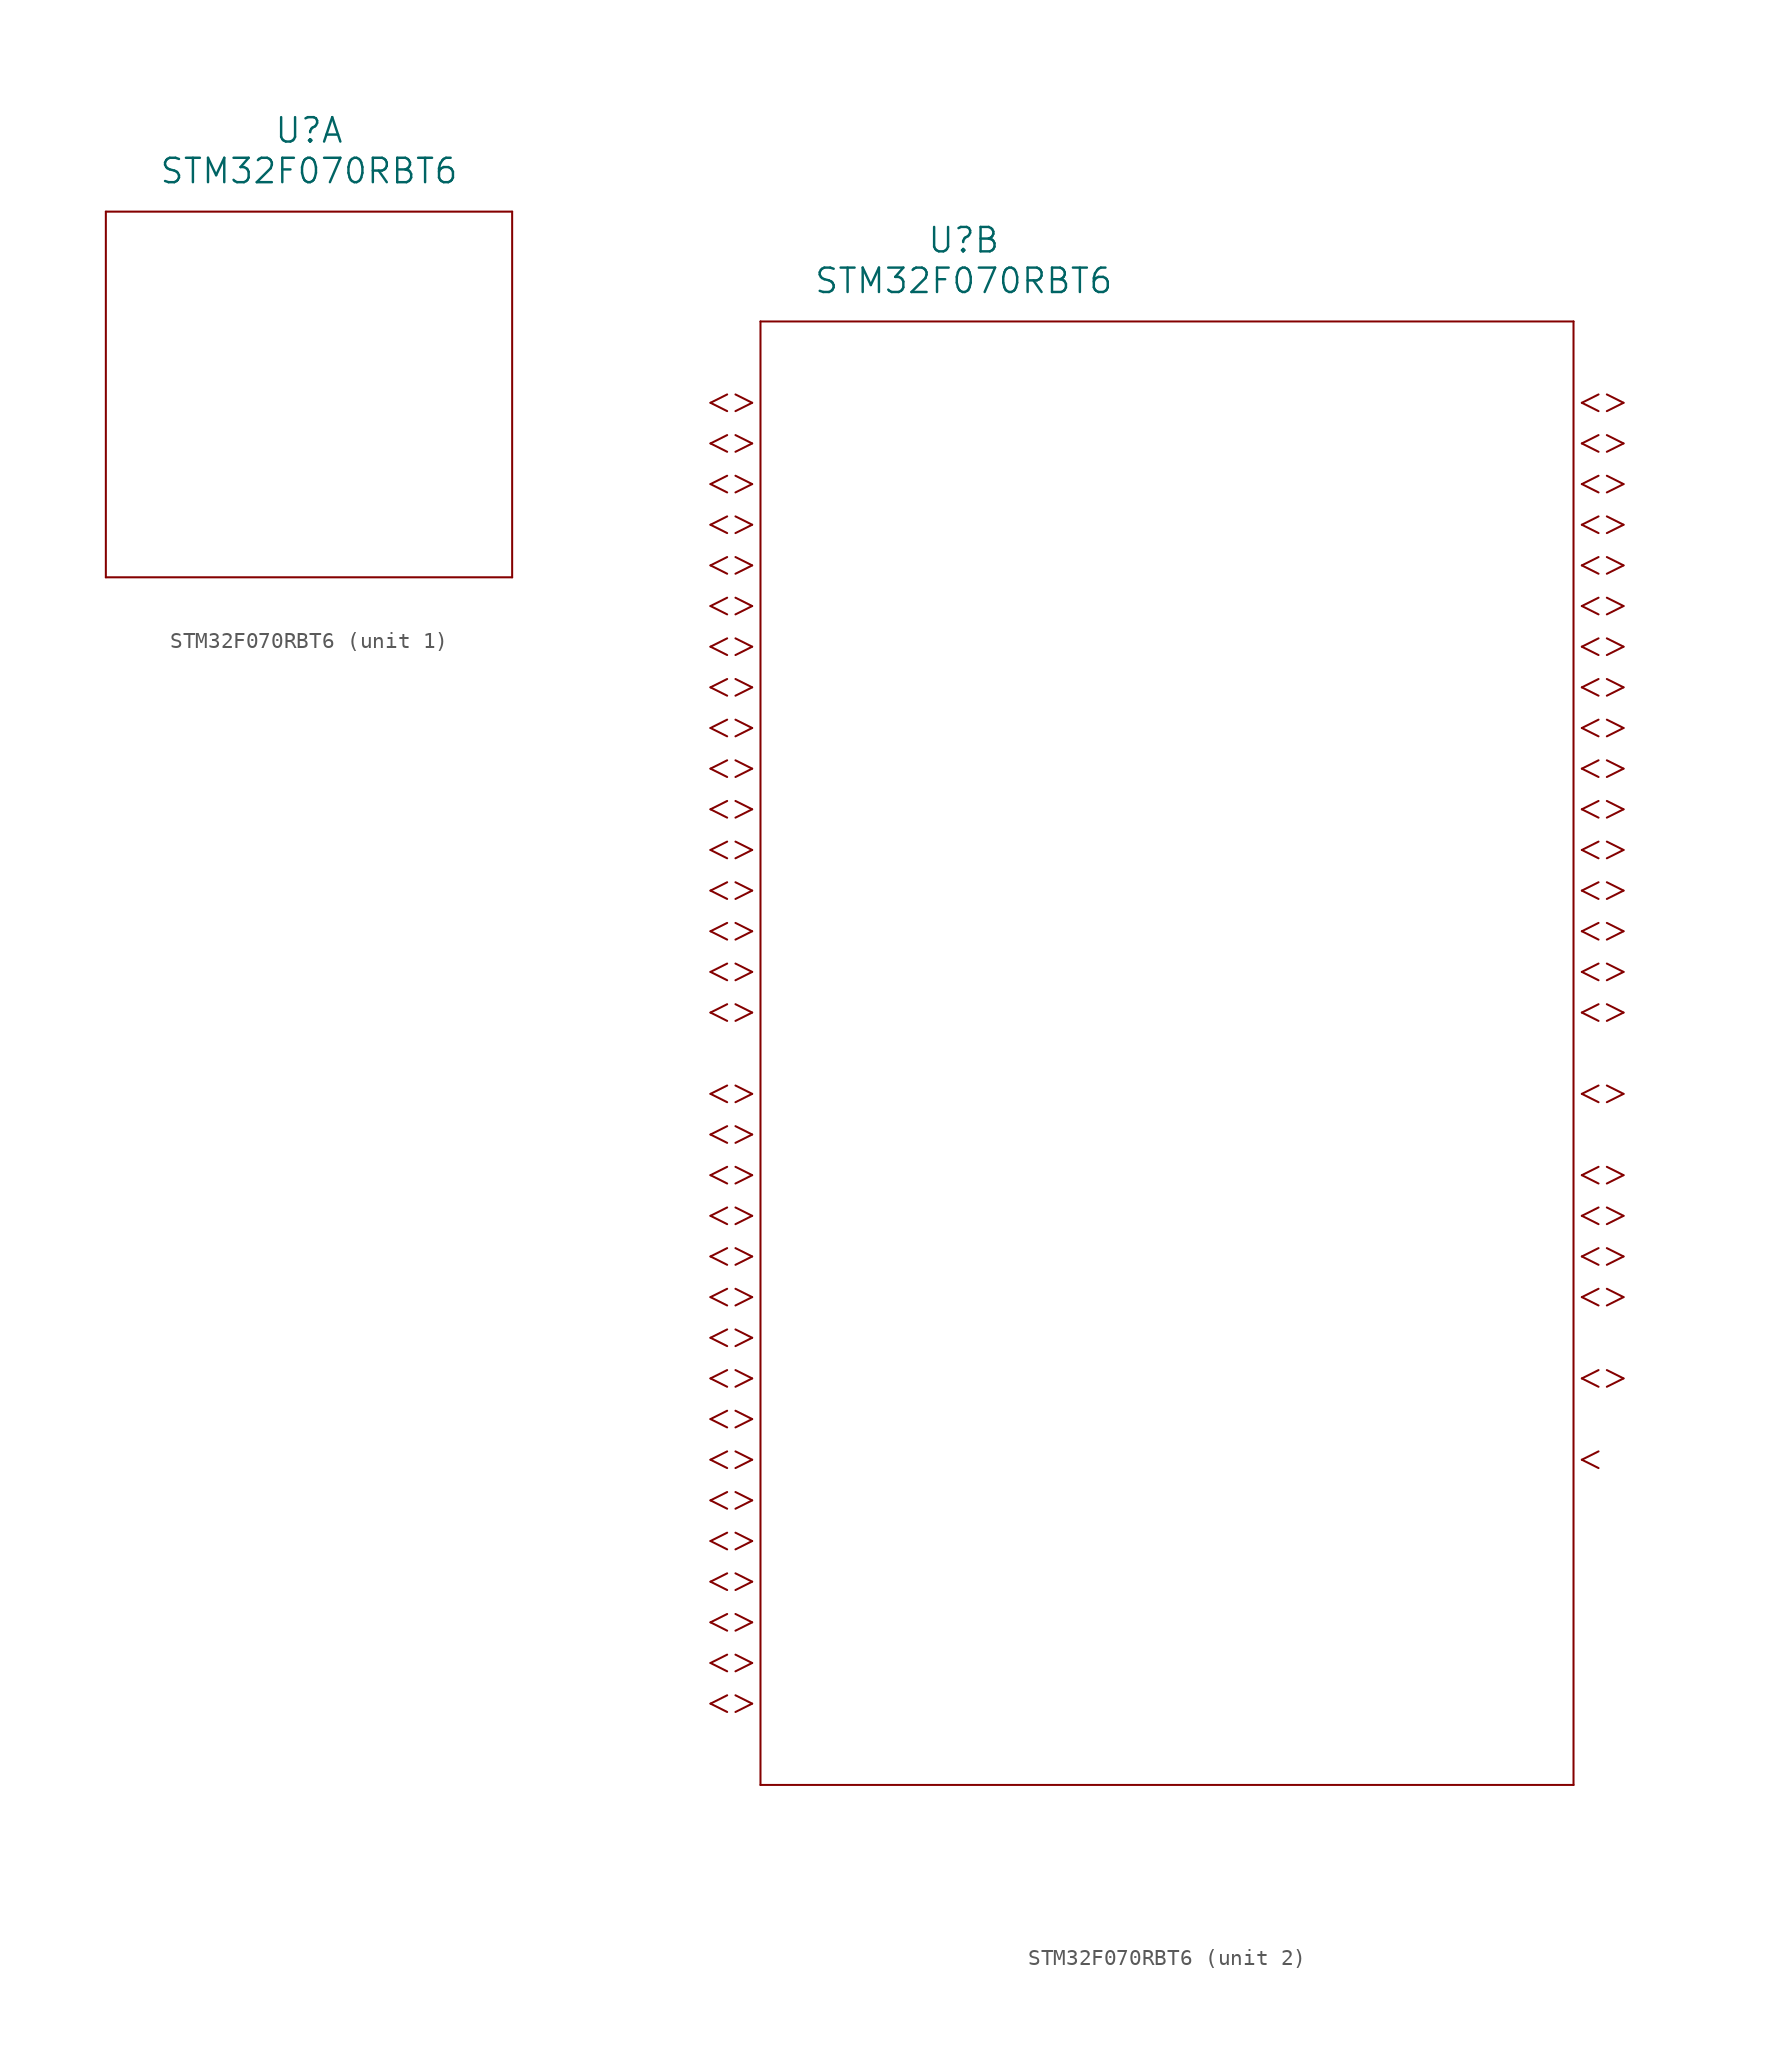
<source format=kicad_sym>
(kicad_symbol_lib
  (version 20211014)
  (generator kicad_symbol_editor)
  (symbol "STM32F070RBT6"
    (pin_names
      (offset 0.254))
    (property "Reference" "U"
      (at 20.32 10.16 0)
      (effects (font (size 1.524 1.524))))
    (property "Value" "STM32F070RBT6"
      (at 20.32 7.62 0)
      (effects (font (size 1.524 1.524))))
    (symbol "STM32F070RBT6_1_1"
      (polyline (pts (xy 7.62 5.08) (xy 7.62 -17.78)) (stroke (width 0.127) (type default) (color 0 0 0 0)) (fill (type none)))
      (polyline (pts (xy 7.62 -17.78) (xy 33.02 -17.78)) (stroke (width 0.127) (type default) (color 0 0 0 0)) (fill (type none)))
      (polyline (pts (xy 33.02 -17.78) (xy 33.02 5.08)) (stroke (width 0.127) (type default) (color 0 0 0 0)) (fill (type none)))
      (polyline (pts (xy 33.02 5.08) (xy 7.62 5.08)) (stroke (width 0.127) (type default) (color 0 0 0 0)) (fill (type none))))
    (symbol "STM32F070RBT6_2_1"
      (polyline (pts (xy 7.099 0) (xy 6.058 0.521)) (stroke (width 0.127) (type default) (color 0 0 0 0)) (fill (type none)))
      (polyline (pts (xy 7.099 0) (xy 6.058 -0.521)) (stroke (width 0.127) (type default) (color 0 0 0 0)) (fill (type none)))
      (polyline (pts (xy 5.537 0.521) (xy 4.496 0)) (stroke (width 0.127) (type default) (color 0 0 0 0)) (fill (type none)))
      (polyline (pts (xy 5.537 -0.521) (xy 4.496 0)) (stroke (width 0.127) (type default) (color 0 0 0 0)) (fill (type none)))
      (polyline (pts (xy 7.099 -2.54) (xy 6.058 -2.019)) (stroke (width 0.127) (type default) (color 0 0 0 0)) (fill (type none)))
      (polyline (pts (xy 7.099 -2.54) (xy 6.058 -3.061)) (stroke (width 0.127) (type default) (color 0 0 0 0)) (fill (type none)))
      (polyline (pts (xy 5.537 -2.019) (xy 4.496 -2.54)) (stroke (width 0.127) (type default) (color 0 0 0 0)) (fill (type none)))
      (polyline (pts (xy 5.537 -3.061) (xy 4.496 -2.54)) (stroke (width 0.127) (type default) (color 0 0 0 0)) (fill (type none)))
      (polyline (pts (xy 7.099 -5.08) (xy 6.058 -4.559)) (stroke (width 0.127) (type default) (color 0 0 0 0)) (fill (type none)))
      (polyline (pts (xy 7.099 -5.08) (xy 6.058 -5.601)) (stroke (width 0.127) (type default) (color 0 0 0 0)) (fill (type none)))
      (polyline (pts (xy 5.537 -4.559) (xy 4.496 -5.08)) (stroke (width 0.127) (type default) (color 0 0 0 0)) (fill (type none)))
      (polyline (pts (xy 5.537 -5.601) (xy 4.496 -5.08)) (stroke (width 0.127) (type default) (color 0 0 0 0)) (fill (type none)))
      (polyline (pts (xy 7.099 -7.62) (xy 6.058 -7.099)) (stroke (width 0.127) (type default) (color 0 0 0 0)) (fill (type none)))
      (polyline (pts (xy 7.099 -7.62) (xy 6.058 -8.141)) (stroke (width 0.127) (type default) (color 0 0 0 0)) (fill (type none)))
      (polyline (pts (xy 5.537 -7.099) (xy 4.496 -7.62)) (stroke (width 0.127) (type default) (color 0 0 0 0)) (fill (type none)))
      (polyline (pts (xy 5.537 -8.141) (xy 4.496 -7.62)) (stroke (width 0.127) (type default) (color 0 0 0 0)) (fill (type none)))
      (polyline (pts (xy 7.099 -10.16) (xy 6.058 -9.639)) (stroke (width 0.127) (type default) (color 0 0 0 0)) (fill (type none)))
      (polyline (pts (xy 7.099 -10.16) (xy 6.058 -10.681)) (stroke (width 0.127) (type default) (color 0 0 0 0)) (fill (type none)))
      (polyline (pts (xy 5.537 -9.639) (xy 4.496 -10.16)) (stroke (width 0.127) (type default) (color 0 0 0 0)) (fill (type none)))
      (polyline (pts (xy 5.537 -10.681) (xy 4.496 -10.16)) (stroke (width 0.127) (type default) (color 0 0 0 0)) (fill (type none)))
      (polyline (pts (xy 7.099 -12.7) (xy 6.058 -12.179)) (stroke (width 0.127) (type default) (color 0 0 0 0)) (fill (type none)))
      (polyline (pts (xy 7.099 -12.7) (xy 6.058 -13.221)) (stroke (width 0.127) (type default) (color 0 0 0 0)) (fill (type none)))
      (polyline (pts (xy 5.537 -12.179) (xy 4.496 -12.7)) (stroke (width 0.127) (type default) (color 0 0 0 0)) (fill (type none)))
      (polyline (pts (xy 5.537 -13.221) (xy 4.496 -12.7)) (stroke (width 0.127) (type default) (color 0 0 0 0)) (fill (type none)))
      (polyline (pts (xy 7.099 -15.24) (xy 6.058 -14.719)) (stroke (width 0.127) (type default) (color 0 0 0 0)) (fill (type none)))
      (polyline (pts (xy 7.099 -15.24) (xy 6.058 -15.761)) (stroke (width 0.127) (type default) (color 0 0 0 0)) (fill (type none)))
      (polyline (pts (xy 5.537 -14.719) (xy 4.496 -15.24)) (stroke (width 0.127) (type default) (color 0 0 0 0)) (fill (type none)))
      (polyline (pts (xy 5.537 -15.761) (xy 4.496 -15.24)) (stroke (width 0.127) (type default) (color 0 0 0 0)) (fill (type none)))
      (polyline (pts (xy 7.099 -17.78) (xy 6.058 -17.259)) (stroke (width 0.127) (type default) (color 0 0 0 0)) (fill (type none)))
      (polyline (pts (xy 7.099 -17.78) (xy 6.058 -18.301)) (stroke (width 0.127) (type default) (color 0 0 0 0)) (fill (type none)))
      (polyline (pts (xy 5.537 -17.259) (xy 4.496 -17.78)) (stroke (width 0.127) (type default) (color 0 0 0 0)) (fill (type none)))
      (polyline (pts (xy 5.537 -18.301) (xy 4.496 -17.78)) (stroke (width 0.127) (type default) (color 0 0 0 0)) (fill (type none)))
      (polyline (pts (xy 7.099 -20.32) (xy 6.058 -19.799)) (stroke (width 0.127) (type default) (color 0 0 0 0)) (fill (type none)))
      (polyline (pts (xy 7.099 -20.32) (xy 6.058 -20.841)) (stroke (width 0.127) (type default) (color 0 0 0 0)) (fill (type none)))
      (polyline (pts (xy 5.537 -19.799) (xy 4.496 -20.32)) (stroke (width 0.127) (type default) (color 0 0 0 0)) (fill (type none)))
      (polyline (pts (xy 5.537 -20.841) (xy 4.496 -20.32)) (stroke (width 0.127) (type default) (color 0 0 0 0)) (fill (type none)))
      (polyline (pts (xy 7.099 -22.86) (xy 6.058 -22.339)) (stroke (width 0.127) (type default) (color 0 0 0 0)) (fill (type none)))
      (polyline (pts (xy 7.099 -22.86) (xy 6.058 -23.381)) (stroke (width 0.127) (type default) (color 0 0 0 0)) (fill (type none)))
      (polyline (pts (xy 5.537 -22.339) (xy 4.496 -22.86)) (stroke (width 0.127) (type default) (color 0 0 0 0)) (fill (type none)))
      (polyline (pts (xy 5.537 -23.381) (xy 4.496 -22.86)) (stroke (width 0.127) (type default) (color 0 0 0 0)) (fill (type none)))
      (polyline (pts (xy 7.099 -25.4) (xy 6.058 -24.879)) (stroke (width 0.127) (type default) (color 0 0 0 0)) (fill (type none)))
      (polyline (pts (xy 7.099 -25.4) (xy 6.058 -25.921)) (stroke (width 0.127) (type default) (color 0 0 0 0)) (fill (type none)))
      (polyline (pts (xy 5.537 -24.879) (xy 4.496 -25.4)) (stroke (width 0.127) (type default) (color 0 0 0 0)) (fill (type none)))
      (polyline (pts (xy 5.537 -25.921) (xy 4.496 -25.4)) (stroke (width 0.127) (type default) (color 0 0 0 0)) (fill (type none)))
      (polyline (pts (xy 7.099 -27.94) (xy 6.058 -27.419)) (stroke (width 0.127) (type default) (color 0 0 0 0)) (fill (type none)))
      (polyline (pts (xy 7.099 -27.94) (xy 6.058 -28.461)) (stroke (width 0.127) (type default) (color 0 0 0 0)) (fill (type none)))
      (polyline (pts (xy 5.537 -27.419) (xy 4.496 -27.94)) (stroke (width 0.127) (type default) (color 0 0 0 0)) (fill (type none)))
      (polyline (pts (xy 5.537 -28.461) (xy 4.496 -27.94)) (stroke (width 0.127) (type default) (color 0 0 0 0)) (fill (type none)))
      (polyline (pts (xy 7.099 -30.48) (xy 6.058 -29.959)) (stroke (width 0.127) (type default) (color 0 0 0 0)) (fill (type none)))
      (polyline (pts (xy 7.099 -30.48) (xy 6.058 -31.001)) (stroke (width 0.127) (type default) (color 0 0 0 0)) (fill (type none)))
      (polyline (pts (xy 5.537 -29.959) (xy 4.496 -30.48)) (stroke (width 0.127) (type default) (color 0 0 0 0)) (fill (type none)))
      (polyline (pts (xy 5.537 -31.001) (xy 4.496 -30.48)) (stroke (width 0.127) (type default) (color 0 0 0 0)) (fill (type none)))
      (polyline (pts (xy 7.099 -33.02) (xy 6.058 -32.499)) (stroke (width 0.127) (type default) (color 0 0 0 0)) (fill (type none)))
      (polyline (pts (xy 7.099 -33.02) (xy 6.058 -33.541)) (stroke (width 0.127) (type default) (color 0 0 0 0)) (fill (type none)))
      (polyline (pts (xy 5.537 -32.499) (xy 4.496 -33.02)) (stroke (width 0.127) (type default) (color 0 0 0 0)) (fill (type none)))
      (polyline (pts (xy 5.537 -33.541) (xy 4.496 -33.02)) (stroke (width 0.127) (type default) (color 0 0 0 0)) (fill (type none)))
      (polyline (pts (xy 7.099 -35.56) (xy 6.058 -35.039)) (stroke (width 0.127) (type default) (color 0 0 0 0)) (fill (type none)))
      (polyline (pts (xy 7.099 -35.56) (xy 6.058 -36.081)) (stroke (width 0.127) (type default) (color 0 0 0 0)) (fill (type none)))
      (polyline (pts (xy 5.537 -35.039) (xy 4.496 -35.56)) (stroke (width 0.127) (type default) (color 0 0 0 0)) (fill (type none)))
      (polyline (pts (xy 5.537 -36.081) (xy 4.496 -35.56)) (stroke (width 0.127) (type default) (color 0 0 0 0)) (fill (type none)))
      (polyline (pts (xy 7.099 -38.1) (xy 6.058 -37.579)) (stroke (width 0.127) (type default) (color 0 0 0 0)) (fill (type none)))
      (polyline (pts (xy 7.099 -38.1) (xy 6.058 -38.621)) (stroke (width 0.127) (type default) (color 0 0 0 0)) (fill (type none)))
      (polyline (pts (xy 5.537 -37.579) (xy 4.496 -38.1)) (stroke (width 0.127) (type default) (color 0 0 0 0)) (fill (type none)))
      (polyline (pts (xy 5.537 -38.621) (xy 4.496 -38.1)) (stroke (width 0.127) (type default) (color 0 0 0 0)) (fill (type none)))
      (polyline (pts (xy 7.099 -43.18) (xy 6.058 -42.659)) (stroke (width 0.127) (type default) (color 0 0 0 0)) (fill (type none)))
      (polyline (pts (xy 7.099 -43.18) (xy 6.058 -43.701)) (stroke (width 0.127) (type default) (color 0 0 0 0)) (fill (type none)))
      (polyline (pts (xy 5.537 -42.659) (xy 4.496 -43.18)) (stroke (width 0.127) (type default) (color 0 0 0 0)) (fill (type none)))
      (polyline (pts (xy 5.537 -43.701) (xy 4.496 -43.18)) (stroke (width 0.127) (type default) (color 0 0 0 0)) (fill (type none)))
      (polyline (pts (xy 7.099 -45.72) (xy 6.058 -45.199)) (stroke (width 0.127) (type default) (color 0 0 0 0)) (fill (type none)))
      (polyline (pts (xy 7.099 -45.72) (xy 6.058 -46.241)) (stroke (width 0.127) (type default) (color 0 0 0 0)) (fill (type none)))
      (polyline (pts (xy 5.537 -45.199) (xy 4.496 -45.72)) (stroke (width 0.127) (type default) (color 0 0 0 0)) (fill (type none)))
      (polyline (pts (xy 5.537 -46.241) (xy 4.496 -45.72)) (stroke (width 0.127) (type default) (color 0 0 0 0)) (fill (type none)))
      (polyline (pts (xy 7.099 -48.26) (xy 6.058 -47.739)) (stroke (width 0.127) (type default) (color 0 0 0 0)) (fill (type none)))
      (polyline (pts (xy 7.099 -48.26) (xy 6.058 -48.781)) (stroke (width 0.127) (type default) (color 0 0 0 0)) (fill (type none)))
      (polyline (pts (xy 5.537 -47.739) (xy 4.496 -48.26)) (stroke (width 0.127) (type default) (color 0 0 0 0)) (fill (type none)))
      (polyline (pts (xy 5.537 -48.781) (xy 4.496 -48.26)) (stroke (width 0.127) (type default) (color 0 0 0 0)) (fill (type none)))
      (polyline (pts (xy 7.099 -50.8) (xy 6.058 -50.279)) (stroke (width 0.127) (type default) (color 0 0 0 0)) (fill (type none)))
      (polyline (pts (xy 7.099 -50.8) (xy 6.058 -51.321)) (stroke (width 0.127) (type default) (color 0 0 0 0)) (fill (type none)))
      (polyline (pts (xy 5.537 -50.279) (xy 4.496 -50.8)) (stroke (width 0.127) (type default) (color 0 0 0 0)) (fill (type none)))
      (polyline (pts (xy 5.537 -51.321) (xy 4.496 -50.8)) (stroke (width 0.127) (type default) (color 0 0 0 0)) (fill (type none)))
      (polyline (pts (xy 7.099 -53.34) (xy 6.058 -52.819)) (stroke (width 0.127) (type default) (color 0 0 0 0)) (fill (type none)))
      (polyline (pts (xy 7.099 -53.34) (xy 6.058 -53.861)) (stroke (width 0.127) (type default) (color 0 0 0 0)) (fill (type none)))
      (polyline (pts (xy 5.537 -52.819) (xy 4.496 -53.34)) (stroke (width 0.127) (type default) (color 0 0 0 0)) (fill (type none)))
      (polyline (pts (xy 5.537 -53.861) (xy 4.496 -53.34)) (stroke (width 0.127) (type default) (color 0 0 0 0)) (fill (type none)))
      (polyline (pts (xy 7.099 -55.88) (xy 6.058 -55.359)) (stroke (width 0.127) (type default) (color 0 0 0 0)) (fill (type none)))
      (polyline (pts (xy 7.099 -55.88) (xy 6.058 -56.401)) (stroke (width 0.127) (type default) (color 0 0 0 0)) (fill (type none)))
      (polyline (pts (xy 5.537 -55.359) (xy 4.496 -55.88)) (stroke (width 0.127) (type default) (color 0 0 0 0)) (fill (type none)))
      (polyline (pts (xy 5.537 -56.401) (xy 4.496 -55.88)) (stroke (width 0.127) (type default) (color 0 0 0 0)) (fill (type none)))
      (polyline (pts (xy 7.099 -58.42) (xy 6.058 -57.899)) (stroke (width 0.127) (type default) (color 0 0 0 0)) (fill (type none)))
      (polyline (pts (xy 7.099 -58.42) (xy 6.058 -58.941)) (stroke (width 0.127) (type default) (color 0 0 0 0)) (fill (type none)))
      (polyline (pts (xy 5.537 -57.899) (xy 4.496 -58.42)) (stroke (width 0.127) (type default) (color 0 0 0 0)) (fill (type none)))
      (polyline (pts (xy 5.537 -58.941) (xy 4.496 -58.42)) (stroke (width 0.127) (type default) (color 0 0 0 0)) (fill (type none)))
      (polyline (pts (xy 7.099 -60.96) (xy 6.058 -60.439)) (stroke (width 0.127) (type default) (color 0 0 0 0)) (fill (type none)))
      (polyline (pts (xy 7.099 -60.96) (xy 6.058 -61.481)) (stroke (width 0.127) (type default) (color 0 0 0 0)) (fill (type none)))
      (polyline (pts (xy 5.537 -60.439) (xy 4.496 -60.96)) (stroke (width 0.127) (type default) (color 0 0 0 0)) (fill (type none)))
      (polyline (pts (xy 5.537 -61.481) (xy 4.496 -60.96)) (stroke (width 0.127) (type default) (color 0 0 0 0)) (fill (type none)))
      (polyline (pts (xy 7.099 -63.5) (xy 6.058 -62.979)) (stroke (width 0.127) (type default) (color 0 0 0 0)) (fill (type none)))
      (polyline (pts (xy 7.099 -63.5) (xy 6.058 -64.021)) (stroke (width 0.127) (type default) (color 0 0 0 0)) (fill (type none)))
      (polyline (pts (xy 5.537 -62.979) (xy 4.496 -63.5)) (stroke (width 0.127) (type default) (color 0 0 0 0)) (fill (type none)))
      (polyline (pts (xy 5.537 -64.021) (xy 4.496 -63.5)) (stroke (width 0.127) (type default) (color 0 0 0 0)) (fill (type none)))
      (polyline (pts (xy 7.099 -66.04) (xy 6.058 -65.519)) (stroke (width 0.127) (type default) (color 0 0 0 0)) (fill (type none)))
      (polyline (pts (xy 7.099 -66.04) (xy 6.058 -66.561)) (stroke (width 0.127) (type default) (color 0 0 0 0)) (fill (type none)))
      (polyline (pts (xy 5.537 -65.519) (xy 4.496 -66.04)) (stroke (width 0.127) (type default) (color 0 0 0 0)) (fill (type none)))
      (polyline (pts (xy 5.537 -66.561) (xy 4.496 -66.04)) (stroke (width 0.127) (type default) (color 0 0 0 0)) (fill (type none)))
      (polyline (pts (xy 7.099 -68.58) (xy 6.058 -68.059)) (stroke (width 0.127) (type default) (color 0 0 0 0)) (fill (type none)))
      (polyline (pts (xy 7.099 -68.58) (xy 6.058 -69.101)) (stroke (width 0.127) (type default) (color 0 0 0 0)) (fill (type none)))
      (polyline (pts (xy 5.537 -68.059) (xy 4.496 -68.58)) (stroke (width 0.127) (type default) (color 0 0 0 0)) (fill (type none)))
      (polyline (pts (xy 5.537 -69.101) (xy 4.496 -68.58)) (stroke (width 0.127) (type default) (color 0 0 0 0)) (fill (type none)))
      (polyline (pts (xy 7.099 -71.12) (xy 6.058 -70.599)) (stroke (width 0.127) (type default) (color 0 0 0 0)) (fill (type none)))
      (polyline (pts (xy 7.099 -71.12) (xy 6.058 -71.641)) (stroke (width 0.127) (type default) (color 0 0 0 0)) (fill (type none)))
      (polyline (pts (xy 5.537 -70.599) (xy 4.496 -71.12)) (stroke (width 0.127) (type default) (color 0 0 0 0)) (fill (type none)))
      (polyline (pts (xy 5.537 -71.641) (xy 4.496 -71.12)) (stroke (width 0.127) (type default) (color 0 0 0 0)) (fill (type none)))
      (polyline (pts (xy 7.099 -73.66) (xy 6.058 -73.139)) (stroke (width 0.127) (type default) (color 0 0 0 0)) (fill (type none)))
      (polyline (pts (xy 7.099 -73.66) (xy 6.058 -74.181)) (stroke (width 0.127) (type default) (color 0 0 0 0)) (fill (type none)))
      (polyline (pts (xy 5.537 -73.139) (xy 4.496 -73.66)) (stroke (width 0.127) (type default) (color 0 0 0 0)) (fill (type none)))
      (polyline (pts (xy 5.537 -74.181) (xy 4.496 -73.66)) (stroke (width 0.127) (type default) (color 0 0 0 0)) (fill (type none)))
      (polyline (pts (xy 7.099 -76.2) (xy 6.058 -75.679)) (stroke (width 0.127) (type default) (color 0 0 0 0)) (fill (type none)))
      (polyline (pts (xy 7.099 -76.2) (xy 6.058 -76.721)) (stroke (width 0.127) (type default) (color 0 0 0 0)) (fill (type none)))
      (polyline (pts (xy 5.537 -75.679) (xy 4.496 -76.2)) (stroke (width 0.127) (type default) (color 0 0 0 0)) (fill (type none)))
      (polyline (pts (xy 5.537 -76.721) (xy 4.496 -76.2)) (stroke (width 0.127) (type default) (color 0 0 0 0)) (fill (type none)))
      (polyline (pts (xy 7.099 -78.74) (xy 6.058 -78.219)) (stroke (width 0.127) (type default) (color 0 0 0 0)) (fill (type none)))
      (polyline (pts (xy 7.099 -78.74) (xy 6.058 -79.261)) (stroke (width 0.127) (type default) (color 0 0 0 0)) (fill (type none)))
      (polyline (pts (xy 5.537 -78.219) (xy 4.496 -78.74)) (stroke (width 0.127) (type default) (color 0 0 0 0)) (fill (type none)))
      (polyline (pts (xy 5.537 -79.261) (xy 4.496 -78.74)) (stroke (width 0.127) (type default) (color 0 0 0 0)) (fill (type none)))
      (polyline (pts (xy 7.099 -81.28) (xy 6.058 -80.759)) (stroke (width 0.127) (type default) (color 0 0 0 0)) (fill (type none)))
      (polyline (pts (xy 7.099 -81.28) (xy 6.058 -81.801)) (stroke (width 0.127) (type default) (color 0 0 0 0)) (fill (type none)))
      (polyline (pts (xy 5.537 -80.759) (xy 4.496 -81.28)) (stroke (width 0.127) (type default) (color 0 0 0 0)) (fill (type none)))
      (polyline (pts (xy 5.537 -81.801) (xy 4.496 -81.28)) (stroke (width 0.127) (type default) (color 0 0 0 0)) (fill (type none)))
      (polyline (pts (xy 58.941 0) (xy 59.982 0.521)) (stroke (width 0.127) (type default) (color 0 0 0 0)) (fill (type none)))
      (polyline (pts (xy 58.941 0) (xy 59.982 -0.521)) (stroke (width 0.127) (type default) (color 0 0 0 0)) (fill (type none)))
      (polyline (pts (xy 60.503 0.521) (xy 61.544 0)) (stroke (width 0.127) (type default) (color 0 0 0 0)) (fill (type none)))
      (polyline (pts (xy 60.503 -0.521) (xy 61.544 0)) (stroke (width 0.127) (type default) (color 0 0 0 0)) (fill (type none)))
      (polyline (pts (xy 58.941 -2.54) (xy 59.982 -2.019)) (stroke (width 0.127) (type default) (color 0 0 0 0)) (fill (type none)))
      (polyline (pts (xy 58.941 -2.54) (xy 59.982 -3.061)) (stroke (width 0.127) (type default) (color 0 0 0 0)) (fill (type none)))
      (polyline (pts (xy 60.503 -2.019) (xy 61.544 -2.54)) (stroke (width 0.127) (type default) (color 0 0 0 0)) (fill (type none)))
      (polyline (pts (xy 60.503 -3.061) (xy 61.544 -2.54)) (stroke (width 0.127) (type default) (color 0 0 0 0)) (fill (type none)))
      (polyline (pts (xy 58.941 -5.08) (xy 59.982 -4.559)) (stroke (width 0.127) (type default) (color 0 0 0 0)) (fill (type none)))
      (polyline (pts (xy 58.941 -5.08) (xy 59.982 -5.601)) (stroke (width 0.127) (type default) (color 0 0 0 0)) (fill (type none)))
      (polyline (pts (xy 60.503 -4.559) (xy 61.544 -5.08)) (stroke (width 0.127) (type default) (color 0 0 0 0)) (fill (type none)))
      (polyline (pts (xy 60.503 -5.601) (xy 61.544 -5.08)) (stroke (width 0.127) (type default) (color 0 0 0 0)) (fill (type none)))
      (polyline (pts (xy 58.941 -7.62) (xy 59.982 -7.099)) (stroke (width 0.127) (type default) (color 0 0 0 0)) (fill (type none)))
      (polyline (pts (xy 58.941 -7.62) (xy 59.982 -8.141)) (stroke (width 0.127) (type default) (color 0 0 0 0)) (fill (type none)))
      (polyline (pts (xy 60.503 -7.099) (xy 61.544 -7.62)) (stroke (width 0.127) (type default) (color 0 0 0 0)) (fill (type none)))
      (polyline (pts (xy 60.503 -8.141) (xy 61.544 -7.62)) (stroke (width 0.127) (type default) (color 0 0 0 0)) (fill (type none)))
      (polyline (pts (xy 58.941 -10.16) (xy 59.982 -9.639)) (stroke (width 0.127) (type default) (color 0 0 0 0)) (fill (type none)))
      (polyline (pts (xy 58.941 -10.16) (xy 59.982 -10.681)) (stroke (width 0.127) (type default) (color 0 0 0 0)) (fill (type none)))
      (polyline (pts (xy 60.503 -9.639) (xy 61.544 -10.16)) (stroke (width 0.127) (type default) (color 0 0 0 0)) (fill (type none)))
      (polyline (pts (xy 60.503 -10.681) (xy 61.544 -10.16)) (stroke (width 0.127) (type default) (color 0 0 0 0)) (fill (type none)))
      (polyline (pts (xy 58.941 -12.7) (xy 59.982 -12.179)) (stroke (width 0.127) (type default) (color 0 0 0 0)) (fill (type none)))
      (polyline (pts (xy 58.941 -12.7) (xy 59.982 -13.221)) (stroke (width 0.127) (type default) (color 0 0 0 0)) (fill (type none)))
      (polyline (pts (xy 60.503 -12.179) (xy 61.544 -12.7)) (stroke (width 0.127) (type default) (color 0 0 0 0)) (fill (type none)))
      (polyline (pts (xy 60.503 -13.221) (xy 61.544 -12.7)) (stroke (width 0.127) (type default) (color 0 0 0 0)) (fill (type none)))
      (polyline (pts (xy 58.941 -15.24) (xy 59.982 -14.719)) (stroke (width 0.127) (type default) (color 0 0 0 0)) (fill (type none)))
      (polyline (pts (xy 58.941 -15.24) (xy 59.982 -15.761)) (stroke (width 0.127) (type default) (color 0 0 0 0)) (fill (type none)))
      (polyline (pts (xy 60.503 -14.719) (xy 61.544 -15.24)) (stroke (width 0.127) (type default) (color 0 0 0 0)) (fill (type none)))
      (polyline (pts (xy 60.503 -15.761) (xy 61.544 -15.24)) (stroke (width 0.127) (type default) (color 0 0 0 0)) (fill (type none)))
      (polyline (pts (xy 58.941 -17.78) (xy 59.982 -17.259)) (stroke (width 0.127) (type default) (color 0 0 0 0)) (fill (type none)))
      (polyline (pts (xy 58.941 -17.78) (xy 59.982 -18.301)) (stroke (width 0.127) (type default) (color 0 0 0 0)) (fill (type none)))
      (polyline (pts (xy 60.503 -17.259) (xy 61.544 -17.78)) (stroke (width 0.127) (type default) (color 0 0 0 0)) (fill (type none)))
      (polyline (pts (xy 60.503 -18.301) (xy 61.544 -17.78)) (stroke (width 0.127) (type default) (color 0 0 0 0)) (fill (type none)))
      (polyline (pts (xy 58.941 -20.32) (xy 59.982 -19.799)) (stroke (width 0.127) (type default) (color 0 0 0 0)) (fill (type none)))
      (polyline (pts (xy 58.941 -20.32) (xy 59.982 -20.841)) (stroke (width 0.127) (type default) (color 0 0 0 0)) (fill (type none)))
      (polyline (pts (xy 60.503 -19.799) (xy 61.544 -20.32)) (stroke (width 0.127) (type default) (color 0 0 0 0)) (fill (type none)))
      (polyline (pts (xy 60.503 -20.841) (xy 61.544 -20.32)) (stroke (width 0.127) (type default) (color 0 0 0 0)) (fill (type none)))
      (polyline (pts (xy 58.941 -22.86) (xy 59.982 -22.339)) (stroke (width 0.127) (type default) (color 0 0 0 0)) (fill (type none)))
      (polyline (pts (xy 58.941 -22.86) (xy 59.982 -23.381)) (stroke (width 0.127) (type default) (color 0 0 0 0)) (fill (type none)))
      (polyline (pts (xy 60.503 -22.339) (xy 61.544 -22.86)) (stroke (width 0.127) (type default) (color 0 0 0 0)) (fill (type none)))
      (polyline (pts (xy 60.503 -23.381) (xy 61.544 -22.86)) (stroke (width 0.127) (type default) (color 0 0 0 0)) (fill (type none)))
      (polyline (pts (xy 58.941 -25.4) (xy 59.982 -24.879)) (stroke (width 0.127) (type default) (color 0 0 0 0)) (fill (type none)))
      (polyline (pts (xy 58.941 -25.4) (xy 59.982 -25.921)) (stroke (width 0.127) (type default) (color 0 0 0 0)) (fill (type none)))
      (polyline (pts (xy 60.503 -24.879) (xy 61.544 -25.4)) (stroke (width 0.127) (type default) (color 0 0 0 0)) (fill (type none)))
      (polyline (pts (xy 60.503 -25.921) (xy 61.544 -25.4)) (stroke (width 0.127) (type default) (color 0 0 0 0)) (fill (type none)))
      (polyline (pts (xy 58.941 -27.94) (xy 59.982 -27.419)) (stroke (width 0.127) (type default) (color 0 0 0 0)) (fill (type none)))
      (polyline (pts (xy 58.941 -27.94) (xy 59.982 -28.461)) (stroke (width 0.127) (type default) (color 0 0 0 0)) (fill (type none)))
      (polyline (pts (xy 60.503 -27.419) (xy 61.544 -27.94)) (stroke (width 0.127) (type default) (color 0 0 0 0)) (fill (type none)))
      (polyline (pts (xy 60.503 -28.461) (xy 61.544 -27.94)) (stroke (width 0.127) (type default) (color 0 0 0 0)) (fill (type none)))
      (polyline (pts (xy 58.941 -30.48) (xy 59.982 -29.959)) (stroke (width 0.127) (type default) (color 0 0 0 0)) (fill (type none)))
      (polyline (pts (xy 58.941 -30.48) (xy 59.982 -31.001)) (stroke (width 0.127) (type default) (color 0 0 0 0)) (fill (type none)))
      (polyline (pts (xy 60.503 -29.959) (xy 61.544 -30.48)) (stroke (width 0.127) (type default) (color 0 0 0 0)) (fill (type none)))
      (polyline (pts (xy 60.503 -31.001) (xy 61.544 -30.48)) (stroke (width 0.127) (type default) (color 0 0 0 0)) (fill (type none)))
      (polyline (pts (xy 58.941 -33.02) (xy 59.982 -32.499)) (stroke (width 0.127) (type default) (color 0 0 0 0)) (fill (type none)))
      (polyline (pts (xy 58.941 -33.02) (xy 59.982 -33.541)) (stroke (width 0.127) (type default) (color 0 0 0 0)) (fill (type none)))
      (polyline (pts (xy 60.503 -32.499) (xy 61.544 -33.02)) (stroke (width 0.127) (type default) (color 0 0 0 0)) (fill (type none)))
      (polyline (pts (xy 60.503 -33.541) (xy 61.544 -33.02)) (stroke (width 0.127) (type default) (color 0 0 0 0)) (fill (type none)))
      (polyline (pts (xy 58.941 -35.56) (xy 59.982 -35.039)) (stroke (width 0.127) (type default) (color 0 0 0 0)) (fill (type none)))
      (polyline (pts (xy 58.941 -35.56) (xy 59.982 -36.081)) (stroke (width 0.127) (type default) (color 0 0 0 0)) (fill (type none)))
      (polyline (pts (xy 60.503 -35.039) (xy 61.544 -35.56)) (stroke (width 0.127) (type default) (color 0 0 0 0)) (fill (type none)))
      (polyline (pts (xy 60.503 -36.081) (xy 61.544 -35.56)) (stroke (width 0.127) (type default) (color 0 0 0 0)) (fill (type none)))
      (polyline (pts (xy 58.941 -38.1) (xy 59.982 -37.579)) (stroke (width 0.127) (type default) (color 0 0 0 0)) (fill (type none)))
      (polyline (pts (xy 58.941 -38.1) (xy 59.982 -38.621)) (stroke (width 0.127) (type default) (color 0 0 0 0)) (fill (type none)))
      (polyline (pts (xy 60.503 -37.579) (xy 61.544 -38.1)) (stroke (width 0.127) (type default) (color 0 0 0 0)) (fill (type none)))
      (polyline (pts (xy 60.503 -38.621) (xy 61.544 -38.1)) (stroke (width 0.127) (type default) (color 0 0 0 0)) (fill (type none)))
      (polyline (pts (xy 58.941 -43.18) (xy 59.982 -42.659)) (stroke (width 0.127) (type default) (color 0 0 0 0)) (fill (type none)))
      (polyline (pts (xy 58.941 -43.18) (xy 59.982 -43.701)) (stroke (width 0.127) (type default) (color 0 0 0 0)) (fill (type none)))
      (polyline (pts (xy 60.503 -42.659) (xy 61.544 -43.18)) (stroke (width 0.127) (type default) (color 0 0 0 0)) (fill (type none)))
      (polyline (pts (xy 60.503 -43.701) (xy 61.544 -43.18)) (stroke (width 0.127) (type default) (color 0 0 0 0)) (fill (type none)))
      (polyline (pts (xy 58.941 -48.26) (xy 59.982 -47.739)) (stroke (width 0.127) (type default) (color 0 0 0 0)) (fill (type none)))
      (polyline (pts (xy 58.941 -48.26) (xy 59.982 -48.781)) (stroke (width 0.127) (type default) (color 0 0 0 0)) (fill (type none)))
      (polyline (pts (xy 60.503 -47.739) (xy 61.544 -48.26)) (stroke (width 0.127) (type default) (color 0 0 0 0)) (fill (type none)))
      (polyline (pts (xy 60.503 -48.781) (xy 61.544 -48.26)) (stroke (width 0.127) (type default) (color 0 0 0 0)) (fill (type none)))
      (polyline (pts (xy 58.941 -50.8) (xy 59.982 -50.279)) (stroke (width 0.127) (type default) (color 0 0 0 0)) (fill (type none)))
      (polyline (pts (xy 58.941 -50.8) (xy 59.982 -51.321)) (stroke (width 0.127) (type default) (color 0 0 0 0)) (fill (type none)))
      (polyline (pts (xy 60.503 -50.279) (xy 61.544 -50.8)) (stroke (width 0.127) (type default) (color 0 0 0 0)) (fill (type none)))
      (polyline (pts (xy 60.503 -51.321) (xy 61.544 -50.8)) (stroke (width 0.127) (type default) (color 0 0 0 0)) (fill (type none)))
      (polyline (pts (xy 58.941 -53.34) (xy 59.982 -52.819)) (stroke (width 0.127) (type default) (color 0 0 0 0)) (fill (type none)))
      (polyline (pts (xy 58.941 -53.34) (xy 59.982 -53.861)) (stroke (width 0.127) (type default) (color 0 0 0 0)) (fill (type none)))
      (polyline (pts (xy 60.503 -52.819) (xy 61.544 -53.34)) (stroke (width 0.127) (type default) (color 0 0 0 0)) (fill (type none)))
      (polyline (pts (xy 60.503 -53.861) (xy 61.544 -53.34)) (stroke (width 0.127) (type default) (color 0 0 0 0)) (fill (type none)))
      (polyline (pts (xy 58.941 -55.88) (xy 59.982 -55.359)) (stroke (width 0.127) (type default) (color 0 0 0 0)) (fill (type none)))
      (polyline (pts (xy 58.941 -55.88) (xy 59.982 -56.401)) (stroke (width 0.127) (type default) (color 0 0 0 0)) (fill (type none)))
      (polyline (pts (xy 60.503 -55.359) (xy 61.544 -55.88)) (stroke (width 0.127) (type default) (color 0 0 0 0)) (fill (type none)))
      (polyline (pts (xy 60.503 -56.401) (xy 61.544 -55.88)) (stroke (width 0.127) (type default) (color 0 0 0 0)) (fill (type none)))
      (polyline (pts (xy 58.941 -60.96) (xy 59.982 -60.439)) (stroke (width 0.127) (type default) (color 0 0 0 0)) (fill (type none)))
      (polyline (pts (xy 58.941 -60.96) (xy 59.982 -61.481)) (stroke (width 0.127) (type default) (color 0 0 0 0)) (fill (type none)))
      (polyline (pts (xy 60.503 -60.439) (xy 61.544 -60.96)) (stroke (width 0.127) (type default) (color 0 0 0 0)) (fill (type none)))
      (polyline (pts (xy 60.503 -61.481) (xy 61.544 -60.96)) (stroke (width 0.127) (type default) (color 0 0 0 0)) (fill (type none)))
      (polyline (pts (xy 58.941 -66.04) (xy 59.982 -65.519)) (stroke (width 0.127) (type default) (color 0 0 0 0)) (fill (type none)))
      (polyline (pts (xy 58.941 -66.04) (xy 59.982 -66.561)) (stroke (width 0.127) (type default) (color 0 0 0 0)) (fill (type none)))
      (polyline (pts (xy 7.62 5.08) (xy 7.62 -86.36)) (stroke (width 0.127) (type default) (color 0 0 0 0)) (fill (type none)))
      (polyline (pts (xy 7.62 -86.36) (xy 58.42 -86.36)) (stroke (width 0.127) (type default) (color 0 0 0 0)) (fill (type none)))
      (polyline (pts (xy 58.42 -86.36) (xy 58.42 5.08)) (stroke (width 0.127) (type default) (color 0 0 0 0)) (fill (type none)))
      (polyline (pts (xy 58.42 5.08) (xy 7.62 5.08)) (stroke (width 0.127) (type default) (color 0 0 0 0)) (fill (type none))))))
</source>
